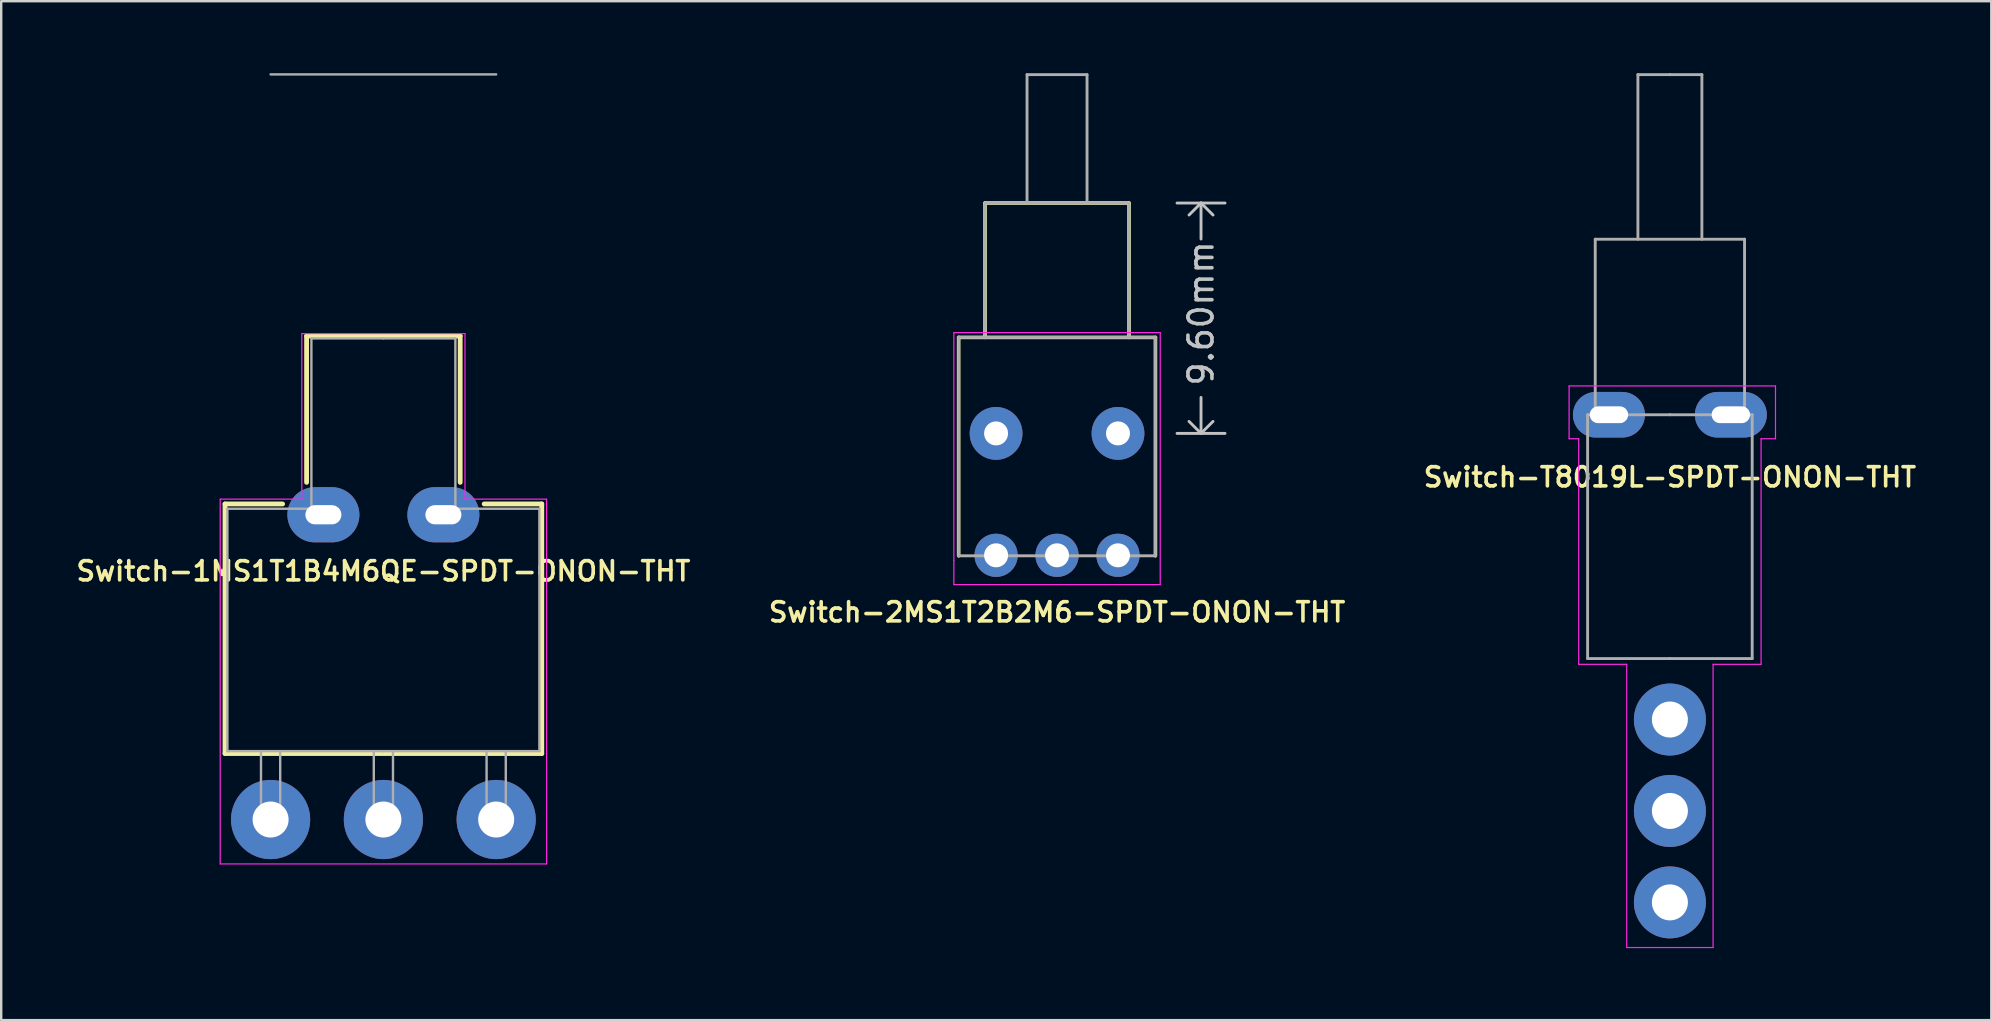
<source format=kicad_pcb>
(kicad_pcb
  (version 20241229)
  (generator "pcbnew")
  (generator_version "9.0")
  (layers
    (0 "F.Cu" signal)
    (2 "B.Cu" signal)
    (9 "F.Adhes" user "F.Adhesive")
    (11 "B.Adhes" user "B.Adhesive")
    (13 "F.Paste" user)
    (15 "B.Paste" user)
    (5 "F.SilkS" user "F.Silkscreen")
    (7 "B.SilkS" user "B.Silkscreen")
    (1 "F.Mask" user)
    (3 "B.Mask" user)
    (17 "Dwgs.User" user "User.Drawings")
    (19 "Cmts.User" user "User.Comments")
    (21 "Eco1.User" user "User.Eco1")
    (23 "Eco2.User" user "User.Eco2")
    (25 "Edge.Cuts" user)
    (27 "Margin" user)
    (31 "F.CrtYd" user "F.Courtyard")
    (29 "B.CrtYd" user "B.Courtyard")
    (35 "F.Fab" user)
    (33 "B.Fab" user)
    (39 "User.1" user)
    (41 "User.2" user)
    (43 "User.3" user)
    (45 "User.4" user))
  (footprint "Switch-2MS1T2B2M6-SPDT-ONON-THT"
    (layer "F.Cu")
    (at 40.997 15.01)
    (property "Reference" "Switch-2MS1T2B2M6-SPDT-ONON-THT" (at 0 7.45 180) (layer "F.SilkS") (effects (font (size 0.8 0.8) (thickness 0.15))))
    (attr through_hole)
    (fp_line (start -4.1 -4) (end 4.1 -4) (stroke (width 0.15) (type solid)) (layer "F.SilkS"))
    (fp_line (start -4.1 5.1) (end -4.1 -4) (stroke (width 0.15) (type solid)) (layer "F.SilkS"))
    (fp_line (start -3 -9.6) (end 3 -9.6) (stroke (width 0.15) (type solid)) (layer "F.SilkS"))
    (fp_line (start -3 -4) (end -3 -9.6) (stroke (width 0.15) (type solid)) (layer "F.SilkS"))
    (fp_line (start 3 -9.6) (end 3 -4) (stroke (width 0.15) (type solid)) (layer "F.SilkS"))
    (fp_line (start 4.1 -4) (end 4.1 5.1) (stroke (width 0.15) (type solid)) (layer "F.SilkS"))
    (fp_line (start 5 -9.6) (end 7 -9.6) (stroke (width 0.12) (type solid)) (layer "Dwgs.User"))
    (fp_line (start 5 0) (end 7 0) (stroke (width 0.12) (type solid)) (layer "Dwgs.User"))
    (fp_line (start 6 -9.6) (end 5.5 -9.1) (stroke (width 0.12) (type solid)) (layer "Dwgs.User"))
    (fp_line (start 6 -9.6) (end 6 -8.1) (stroke (width 0.12) (type solid)) (layer "Dwgs.User"))
    (fp_line (start 6 -9.6) (end 6.5 -9.1) (stroke (width 0.12) (type solid)) (layer "Dwgs.User"))
    (fp_line (start 6 0) (end 5.5 -0.5) (stroke (width 0.12) (type solid)) (layer "Dwgs.User"))
    (fp_line (start 6 0) (end 6 -1.5) (stroke (width 0.12) (type solid)) (layer "Dwgs.User"))
    (fp_line (start 6 0) (end 6.5 -0.5) (stroke (width 0.12) (type solid)) (layer "Dwgs.User"))
    (fp_line (start -4.3 -4.2) (end -4.3 5.3) (stroke (width 0.05) (type solid)) (layer "F.CrtYd"))
    (fp_line (start -4.3 5.3) (end -4.3 6.3) (stroke (width 0.05) (type solid)) (layer "F.CrtYd"))
    (fp_line (start -4.3 6.3) (end 4.3 6.3) (stroke (width 0.05) (type solid)) (layer "F.CrtYd"))
    (fp_line (start 4.3 -4.2) (end -4.3 -4.2) (stroke (width 0.05) (type solid)) (layer "F.CrtYd"))
    (fp_line (start 4.3 6.3) (end 4.3 -4.2) (stroke (width 0.05) (type solid)) (layer "F.CrtYd"))
    (fp_line (start -4.1 -4) (end 4.1 -4) (stroke (width 0.12) (type solid)) (layer "F.Fab"))
    (fp_line (start -4.1 5.1) (end -4.1 -4) (stroke (width 0.12) (type solid)) (layer "F.Fab"))
    (fp_line (start -3 -9.6) (end 3 -9.6) (stroke (width 0.12) (type solid)) (layer "F.Fab"))
    (fp_line (start -3 -4) (end -3 -9.6) (stroke (width 0.12) (type solid)) (layer "F.Fab"))
    (fp_line (start -1.25 -14.95) (end 1.25 -14.95) (stroke (width 0.12) (type solid)) (layer "F.Fab"))
    (fp_line (start -1.25 -9.6) (end -1.25 -14.95) (stroke (width 0.12) (type solid)) (layer "F.Fab"))
    (fp_line (start 1.25 -14.95) (end 1.25 -9.6) (stroke (width 0.12) (type solid)) (layer "F.Fab"))
    (fp_line (start 3 -9.6) (end 3 -4) (stroke (width 0.12) (type solid)) (layer "F.Fab"))
    (fp_line (start 4.1 -4) (end 4.1 5.1) (stroke (width 0.12) (type solid)) (layer "F.Fab"))
    (fp_line (start 4.1 5.1) (end -4.1 5.1) (stroke (width 0.12) (type solid)) (layer "F.Fab"))
    (fp_text user "9.60mm" (at 6 -5 90) (unlocked yes) (layer "Dwgs.User") (effects (font (size 1 1) (thickness 0.15))))
    (pad "1" thru_hole circle (at -2.54 5.08 180) (size 1.8 1.8) (drill 1) (layers "*.Cu" "*.Mask"))
    (pad "2" thru_hole circle (at 0 5.08 180) (size 1.8 1.8) (drill 1) (layers "*.Cu" "*.Mask"))
    (pad "3" thru_hole circle (at 2.54 5.08 180) (size 1.8 1.8) (drill 1) (layers "*.Cu" "*.Mask"))
    (pad "M1" thru_hole circle (at -2.54 0 180) (size 2.2 2.2) (drill 1) (layers "*.Cu" "*.Mask"))
    (pad "M2" thru_hole circle (at 2.54 0 180) (size 2.2 2.2) (drill 1) (layers "*.Cu" "*.Mask")))
  (footprint "Switch-1MS1T1B4M6QE-SPDT-ONON-THT"
    (layer "F.Cu")
    (at 12.926 18.15)
    (property "Reference" "Switch-1MS1T1B4M6QE-SPDT-ONON-THT" (at 0 2.6 0) (layer "F.SilkS") (effects (font (size 0.8 0.8) (thickness 0.15))))
    (attr through_hole)
    (fp_line (start -6.6 -0.2) (end -6.6 10.2) (stroke (width 0.2) (type solid)) (layer "F.SilkS"))
    (fp_line (start -6.6 10.2) (end 6.6 10.2) (stroke (width 0.2) (type solid)) (layer "F.SilkS"))
    (fp_line (start -4.2 -0.2) (end -6.6 -0.2) (stroke (width 0.2) (type solid)) (layer "F.SilkS"))
    (fp_line (start -3.2 -7.2) (end -3.2 -1.1) (stroke (width 0.2) (type solid)) (layer "F.SilkS"))
    (fp_line (start 3.2 -7.2) (end -3.2 -7.2) (stroke (width 0.2) (type solid)) (layer "F.SilkS"))
    (fp_line (start 3.2 -1.1) (end 3.2 -7.2) (stroke (width 0.2) (type solid)) (layer "F.SilkS"))
    (fp_line (start 6.6 -0.2) (end 4.2 -0.2) (stroke (width 0.2) (type solid)) (layer "F.SilkS"))
    (fp_line (start 6.6 10.2) (end 6.6 -0.2) (stroke (width 0.2) (type solid)) (layer "F.SilkS"))
    (fp_line (start -6.8 -0.4) (end -6.8 14.8) (stroke (width 0.05) (type solid)) (layer "F.CrtYd"))
    (fp_line (start -6.8 14.8) (end 6.8 14.8) (stroke (width 0.05) (type solid)) (layer "F.CrtYd"))
    (fp_line (start -3.4 -7.3) (end -3.4 -0.4) (stroke (width 0.05) (type solid)) (layer "F.CrtYd"))
    (fp_line (start -3.4 -0.4) (end -6.8 -0.4) (stroke (width 0.05) (type solid)) (layer "F.CrtYd"))
    (fp_line (start 3.4 -7.3) (end -3.4 -7.3) (stroke (width 0.05) (type solid)) (layer "F.CrtYd"))
    (fp_line (start 3.4 -0.4) (end 3.4 -7.3) (stroke (width 0.05) (type solid)) (layer "F.CrtYd"))
    (fp_line (start 6.8 -0.4) (end 3.4 -0.4) (stroke (width 0.05) (type solid)) (layer "F.CrtYd"))
    (fp_line (start 6.8 14.8) (end 6.8 -0.4) (stroke (width 0.05) (type solid)) (layer "F.CrtYd"))
    (fp_line (start -6.5 0) (end -6.5 10.1) (stroke (width 0.1) (type solid)) (layer "F.Fab"))
    (fp_line (start -6.5 10.1) (end 0 10.1) (stroke (width 0.1) (type solid)) (layer "F.Fab"))
    (fp_line (start -5.1 10.1) (end -5.1 13.35) (stroke (width 0.1) (type solid)) (layer "F.Fab"))
    (fp_line (start -5.1 13.35) (end -4.7 13.35) (stroke (width 0.1) (type solid)) (layer "F.Fab"))
    (fp_line (start -4.7 -18.1) (end 4.7 -18.1) (stroke (width 0.1) (type solid)) (layer "F.Fab"))
    (fp_line (start -4.3 10.1) (end -4.3 13.35) (stroke (width 0.1) (type solid)) (layer "F.Fab"))
    (fp_line (start -4.3 13.35) (end -4.7 13.35) (stroke (width 0.1) (type solid)) (layer "F.Fab"))
    (fp_line (start -3 -7.1) (end -3 0) (stroke (width 0.1) (type solid)) (layer "F.Fab"))
    (fp_line (start -3 -7.1) (end 0 -7.1) (stroke (width 0.1) (type solid)) (layer "F.Fab"))
    (fp_line (start -3 0) (end -6.5 0) (stroke (width 0.1) (type solid)) (layer "F.Fab"))
    (fp_line (start -0.4 10.1) (end -0.4 13.35) (stroke (width 0.1) (type solid)) (layer "F.Fab"))
    (fp_line (start -0.4 13.35) (end 0 13.35) (stroke (width 0.1) (type solid)) (layer "F.Fab"))
    (fp_line (start 0.4 10.1) (end 0.4 13.35) (stroke (width 0.1) (type solid)) (layer "F.Fab"))
    (fp_line (start 0.4 13.35) (end 0 13.35) (stroke (width 0.1) (type solid)) (layer "F.Fab"))
    (fp_line (start 3 -7.1) (end 0 -7.1) (stroke (width 0.1) (type solid)) (layer "F.Fab"))
    (fp_line (start 3 -7.1) (end 3 0) (stroke (width 0.1) (type solid)) (layer "F.Fab"))
    (fp_line (start 3 0) (end 6.5 0) (stroke (width 0.1) (type solid)) (layer "F.Fab"))
    (fp_line (start 4.3 10.1) (end 4.3 13.35) (stroke (width 0.1) (type solid)) (layer "F.Fab"))
    (fp_line (start 4.3 13.35) (end 4.7 13.35) (stroke (width 0.1) (type solid)) (layer "F.Fab"))
    (fp_line (start 5.1 10.1) (end 5.1 13.35) (stroke (width 0.1) (type solid)) (layer "F.Fab"))
    (fp_line (start 5.1 13.35) (end 4.7 13.35) (stroke (width 0.1) (type solid)) (layer "F.Fab"))
    (fp_line (start 6.5 0) (end 6.5 10.1) (stroke (width 0.1) (type solid)) (layer "F.Fab"))
    (fp_line (start 6.5 10.1) (end 0 10.1) (stroke (width 0.1) (type solid)) (layer "F.Fab"))
    (pad "1" thru_hole circle (at -4.7 12.95) (size 3.3 3.3) (drill 1.5) (layers "*.Cu" "*.Mask"))
    (pad "2" thru_hole circle (at 0 12.95) (size 3.3 3.3) (drill 1.5) (layers "*.Cu" "*.Mask"))
    (pad "3" thru_hole circle (at 4.7 12.95) (size 3.3 3.3) (drill 1.5) (layers "*.Cu" "*.Mask"))
    (pad "M1" thru_hole oval (at -2.5 0.25) (size 3 2.3) (drill oval 1.5 0.8) (layers "*.Cu" "*.Mask"))
    (pad "M2" thru_hole oval (at 2.5 0.25) (size 3 2.3) (drill oval 1.5 0.8) (layers "*.Cu" "*.Mask")))
  (footprint "Switch-T8019L-SPDT-ONON-THT"
    (layer "F.Cu")
    (at 66.535 14.233)
    (property "Reference" "Switch-T8019L-SPDT-ONON-THT" (at 0 2.6 0) (layer "F.SilkS") (effects (font (size 0.8 0.8) (thickness 0.15))))
    (attr through_hole)
    (fp_line (start -4.2 -1.2) (end -4.2 1) (stroke (width 0.05) (type solid)) (layer "F.CrtYd"))
    (fp_line (start -4.2 1) (end -3.8 1) (stroke (width 0.05) (type solid)) (layer "F.CrtYd"))
    (fp_line (start -3.8 1) (end -3.8 10.4) (stroke (width 0.05) (type solid)) (layer "F.CrtYd"))
    (fp_line (start -3.8 10.4) (end -1.8 10.4) (stroke (width 0.05) (type solid)) (layer "F.CrtYd"))
    (fp_line (start -1.8 10.4) (end -1.8 22.2) (stroke (width 0.05) (type solid)) (layer "F.CrtYd"))
    (fp_line (start -1.8 22.2) (end 1.8 22.2) (stroke (width 0.05) (type solid)) (layer "F.CrtYd"))
    (fp_line (start 1.8 10.4) (end 3.8 10.4) (stroke (width 0.05) (type solid)) (layer "F.CrtYd"))
    (fp_line (start 1.8 22.2) (end 1.8 10.4) (stroke (width 0.05) (type solid)) (layer "F.CrtYd"))
    (fp_line (start 3.8 1) (end 4.4 1) (stroke (width 0.05) (type solid)) (layer "F.CrtYd"))
    (fp_line (start 3.8 10.4) (end 3.8 1) (stroke (width 0.05) (type solid)) (layer "F.CrtYd"))
    (fp_line (start 4.4 -1.2) (end -4.2 -1.2) (stroke (width 0.05) (type solid)) (layer "F.CrtYd"))
    (fp_line (start 4.4 1) (end 4.4 -1.2) (stroke (width 0.05) (type solid)) (layer "F.CrtYd"))
    (fp_line (start -3.429 0) (end -3.429 10.16) (stroke (width 0.12) (type solid)) (layer "F.Fab"))
    (fp_line (start -3.111 0) (end -3.111 -7.315) (stroke (width 0.12) (type solid)) (layer "F.Fab"))
    (fp_line (start -1.333 -14.173) (end 0 -14.173) (stroke (width 0.12) (type solid)) (layer "F.Fab"))
    (fp_line (start -1.333 -7.315) (end -1.333 -14.173) (stroke (width 0.12) (type solid)) (layer "F.Fab"))
    (fp_line (start 0 0) (end -3.429 0) (stroke (width 0.12) (type solid)) (layer "F.Fab"))
    (fp_line (start 0 0) (end 3.429 0) (stroke (width 0.12) (type solid)) (layer "F.Fab"))
    (fp_line (start 0 10.16) (end -3.429 10.16) (stroke (width 0.12) (type solid)) (layer "F.Fab"))
    (fp_line (start 0 10.16) (end 3.429 10.16) (stroke (width 0.12) (type solid)) (layer "F.Fab"))
    (fp_line (start 1.333 -14.173) (end 0 -14.173) (stroke (width 0.12) (type solid)) (layer "F.Fab"))
    (fp_line (start 1.333 -7.315) (end 1.333 -14.173) (stroke (width 0.12) (type solid)) (layer "F.Fab"))
    (fp_line (start 3.111 -7.315) (end -3.111 -7.315) (stroke (width 0.12) (type solid)) (layer "F.Fab"))
    (fp_line (start 3.111 -7.315) (end 3.111 0) (stroke (width 0.12) (type solid)) (layer "F.Fab"))
    (fp_line (start 3.429 0) (end 3.429 10.16) (stroke (width 0.12) (type solid)) (layer "F.Fab"))
    (pad "1" thru_hole circle (at 0 12.7) (size 3 3) (drill 1.5) (layers "*.Cu" "*.Mask"))
    (pad "2" thru_hole circle (at 0 16.51) (size 3 3) (drill 1.5) (layers "*.Cu" "*.Mask"))
    (pad "3" thru_hole circle (at 0 20.32) (size 3 3) (drill 1.5) (layers "*.Cu" "*.Mask"))
    (pad "M1" thru_hole oval (at -2.54 0) (size 3 1.9) (drill oval 1.6 0.7) (layers "*.Cu" "*.Mask"))
    (pad "M2" thru_hole oval (at 2.54 0) (size 3 1.9) (drill oval 1.6 0.7) (layers "*.Cu" "*.Mask")))
  (gr_rect
    (start -3 -3)
    (end 79.927 39.458)
    (stroke (width 0.1) (type default))
    (fill no)
    (layer "Edge.Cuts")))
</source>
